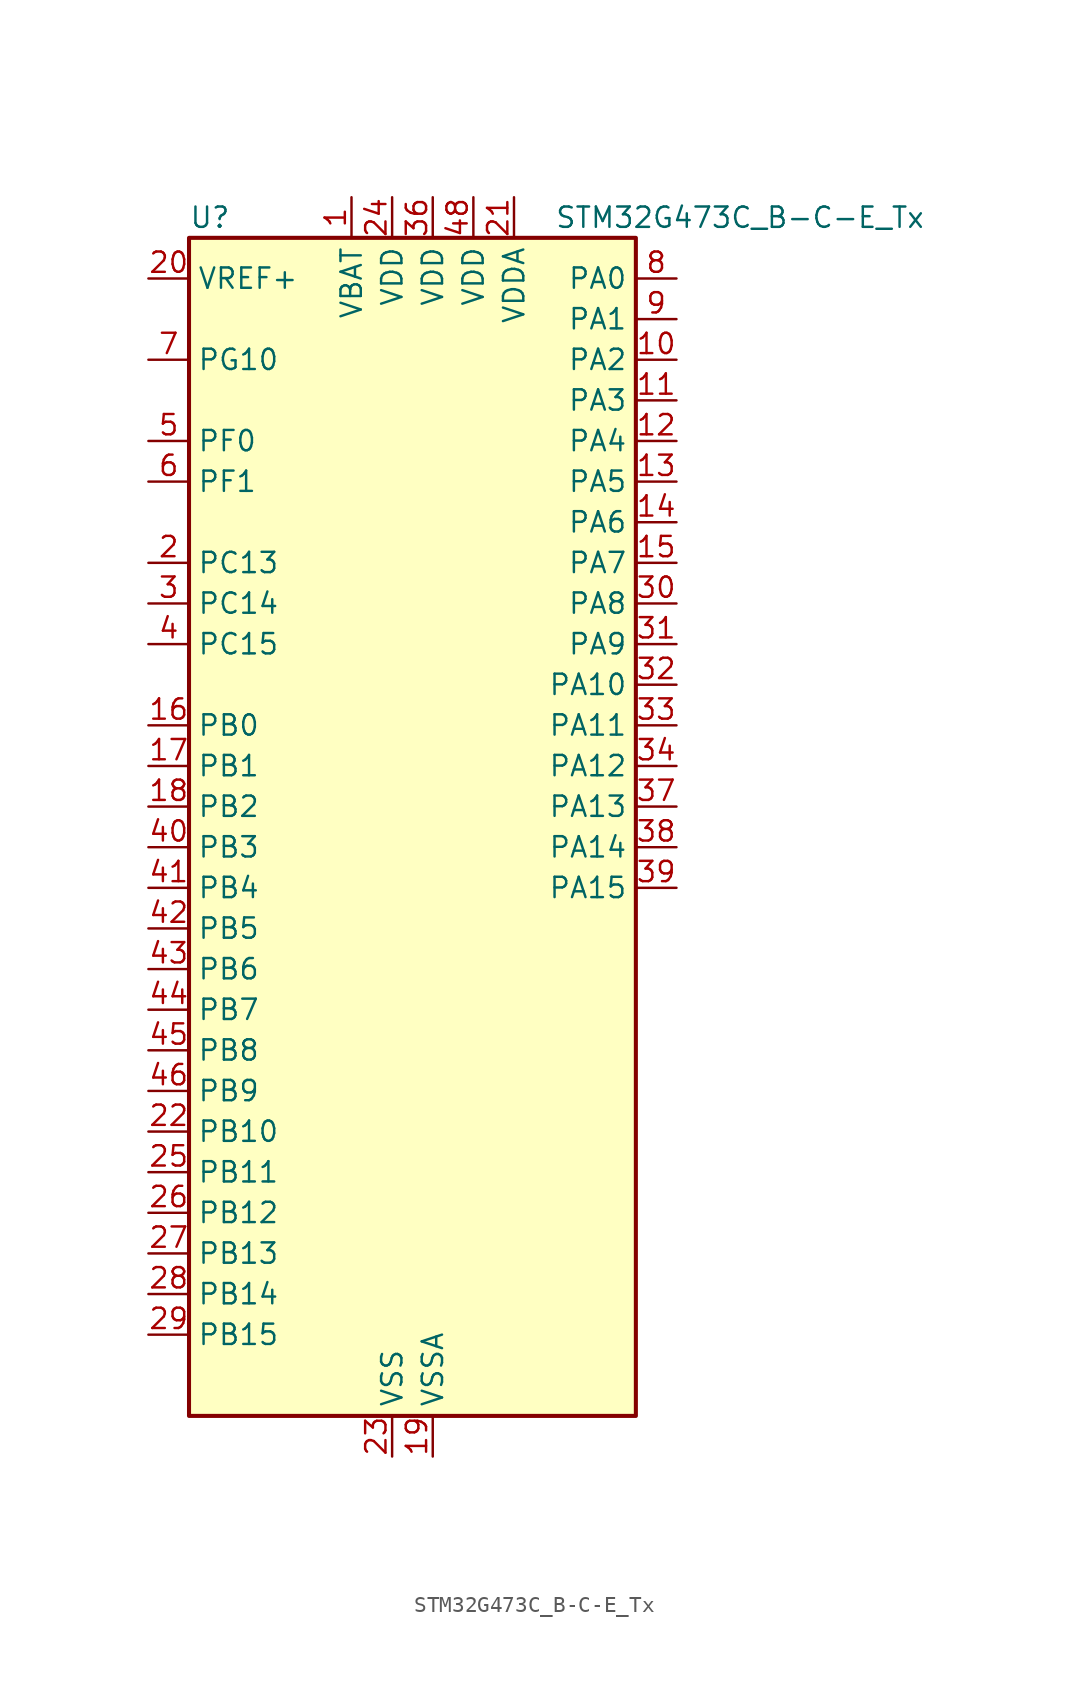
<source format=kicad_sym>
(kicad_symbol_lib
  (version 20231120)
  (generator "kicad_symbol_editor")
  (generator_version "8.0")
  (symbol "STM32G473C_B-C-E_Tx"
    (property "Reference" "U"
      (at -12.7 39.37 0)
      (effects (font (size 1.27 1.27)) (justify left)))
    (property "Value" "STM32G473C_B-C-E_Tx"
      (at 10.16 39.37 0)
      (effects (font (size 1.27 1.27)) (justify left)))
    (property "ki_locked" ""
      (at 0 0 0)
      (effects (font (size 1.27 1.27))))
    (symbol "STM32G473C_B-C-E_Tx_0_1"
      (rectangle (start -12.7 -35.56) (end 15.24 38.1) (stroke (width 0.254) (type default)) (fill (type background))))
    (symbol "STM32G473C_B-C-E_Tx_1_1"
      (pin power_in line (at -2.54 40.64 270) (length 2.54) (name "VBAT" (effects (font (size 1.27 1.27)))) (number "1" (effects (font (size 1.27 1.27)))))
      (pin bidirectional line (at 17.78 30.48 180) (length 2.54) (name "PA2" (effects (font (size 1.27 1.27)))) (number "10" (effects (font (size 1.27 1.27)))) (alternate "ADC1_IN3" bidirectional line) (alternate "ADC3_EXTI2" bidirectional line) (alternate "ADC4_EXTI2" bidirectional line) (alternate "ADC5_EXTI2" bidirectional line) (alternate "COMP2_INM" bidirectional line) (alternate "COMP2_OUT" bidirectional line) (alternate "LPUART1_TX" bidirectional line) (alternate "OPAMP1_VOUT" bidirectional line) (alternate "QUADSPI1_BK1_NCS" bidirectional line) (alternate "RCC_LSCO" bidirectional line) (alternate "SYS_WKUP4" bidirectional line) (alternate "TIM15_CH1" bidirectional line) (alternate "TIM2_CH3" bidirectional line) (alternate "TIM5_CH3" bidirectional line) (alternate "UCPD1_FRSTX1" bidirectional line) (alternate "UCPD1_FRSTX2" bidirectional line) (alternate "USART2_TX" bidirectional line))
      (pin bidirectional line (at 17.78 27.94 180) (length 2.54) (name "PA3" (effects (font (size 1.27 1.27)))) (number "11" (effects (font (size 1.27 1.27)))) (alternate "ADC1_IN4" bidirectional line) (alternate "ADC3_EXTI3" bidirectional line) (alternate "ADC4_EXTI3" bidirectional line) (alternate "ADC5_EXTI3" bidirectional line) (alternate "COMP2_INP" bidirectional line) (alternate "LPUART1_RX" bidirectional line) (alternate "OPAMP1_VINM" bidirectional line) (alternate "OPAMP1_VINM0" bidirectional line) (alternate "OPAMP1_VINM_SEC" bidirectional line) (alternate "OPAMP1_VINP" bidirectional line) (alternate "OPAMP1_VINP_SEC" bidirectional line) (alternate "OPAMP5_VINM" bidirectional line) (alternate "OPAMP5_VINM1" bidirectional line) (alternate "OPAMP5_VINM_SEC" bidirectional line) (alternate "QUADSPI1_CLK" bidirectional line) (alternate "SAI1_CK1" bidirectional line) (alternate "SAI1_MCLK_A" bidirectional line) (alternate "TIM15_CH2" bidirectional line) (alternate "TIM2_CH4" bidirectional line) (alternate "TIM5_CH4" bidirectional line) (alternate "USART2_RX" bidirectional line))
      (pin bidirectional line (at 17.78 25.4 180) (length 2.54) (name "PA4" (effects (font (size 1.27 1.27)))) (number "12" (effects (font (size 1.27 1.27)))) (alternate "ADC2_IN17" bidirectional line) (alternate "COMP1_INM" bidirectional line) (alternate "DAC1_OUT1" bidirectional line) (alternate "I2S3_WS" bidirectional line) (alternate "SAI1_FS_B" bidirectional line) (alternate "SPI1_NSS" bidirectional line) (alternate "SPI3_NSS" bidirectional line) (alternate "TIM3_CH2" bidirectional line) (alternate "USART2_CK" bidirectional line))
      (pin bidirectional line (at 17.78 22.86 180) (length 2.54) (name "PA5" (effects (font (size 1.27 1.27)))) (number "13" (effects (font (size 1.27 1.27)))) (alternate "ADC2_IN13" bidirectional line) (alternate "COMP2_INM" bidirectional line) (alternate "DAC1_OUT2" bidirectional line) (alternate "OPAMP2_VINM" bidirectional line) (alternate "OPAMP2_VINM0" bidirectional line) (alternate "OPAMP2_VINM_SEC" bidirectional line) (alternate "SPI1_SCK" bidirectional line) (alternate "TIM2_CH1" bidirectional line) (alternate "TIM2_ETR" bidirectional line) (alternate "UCPD1_FRSTX1" bidirectional line) (alternate "UCPD1_FRSTX2" bidirectional line))
      (pin bidirectional line (at 17.78 20.32 180) (length 2.54) (name "PA6" (effects (font (size 1.27 1.27)))) (number "14" (effects (font (size 1.27 1.27)))) (alternate "ADC2_IN3" bidirectional line) (alternate "COMP1_OUT" bidirectional line) (alternate "DAC2_OUT1" bidirectional line) (alternate "LPUART1_CTS" bidirectional line) (alternate "OPAMP2_VOUT" bidirectional line) (alternate "QUADSPI1_BK1_IO3" bidirectional line) (alternate "SPI1_MISO" bidirectional line) (alternate "TIM16_CH1" bidirectional line) (alternate "TIM1_BKIN" bidirectional line) (alternate "TIM3_CH1" bidirectional line) (alternate "TIM8_BKIN" bidirectional line))
      (pin bidirectional line (at 17.78 17.78 180) (length 2.54) (name "PA7" (effects (font (size 1.27 1.27)))) (number "15" (effects (font (size 1.27 1.27)))) (alternate "ADC2_IN4" bidirectional line) (alternate "COMP2_INP" bidirectional line) (alternate "COMP2_OUT" bidirectional line) (alternate "OPAMP1_VINP" bidirectional line) (alternate "OPAMP1_VINP_SEC" bidirectional line) (alternate "OPAMP2_VINP" bidirectional line) (alternate "OPAMP2_VINP_SEC" bidirectional line) (alternate "QUADSPI1_BK1_IO2" bidirectional line) (alternate "SPI1_MOSI" bidirectional line) (alternate "TIM17_CH1" bidirectional line) (alternate "TIM1_CH1N" bidirectional line) (alternate "TIM3_CH2" bidirectional line) (alternate "TIM8_CH1N" bidirectional line) (alternate "UCPD1_FRSTX1" bidirectional line) (alternate "UCPD1_FRSTX2" bidirectional line))
      (pin bidirectional line (at -15.24 7.62 0) (length 2.54) (name "PB0" (effects (font (size 1.27 1.27)))) (number "16" (effects (font (size 1.27 1.27)))) (alternate "ADC1_IN15" bidirectional line) (alternate "ADC3_IN12" bidirectional line) (alternate "COMP4_INP" bidirectional line) (alternate "OPAMP2_VINP" bidirectional line) (alternate "OPAMP2_VINP_SEC" bidirectional line) (alternate "OPAMP3_VINP" bidirectional line) (alternate "OPAMP3_VINP_SEC" bidirectional line) (alternate "QUADSPI1_BK1_IO1" bidirectional line) (alternate "TIM1_CH2N" bidirectional line) (alternate "TIM3_CH3" bidirectional line) (alternate "TIM8_CH2N" bidirectional line) (alternate "UCPD1_FRSTX1" bidirectional line) (alternate "UCPD1_FRSTX2" bidirectional line))
      (pin bidirectional line (at -15.24 5.08 0) (length 2.54) (name "PB1" (effects (font (size 1.27 1.27)))) (number "17" (effects (font (size 1.27 1.27)))) (alternate "ADC1_IN12" bidirectional line) (alternate "ADC3_IN1" bidirectional line) (alternate "COMP1_INP" bidirectional line) (alternate "COMP4_OUT" bidirectional line) (alternate "LPUART1_DE" bidirectional line) (alternate "LPUART1_RTS" bidirectional line) (alternate "OPAMP3_VOUT" bidirectional line) (alternate "OPAMP6_VINM" bidirectional line) (alternate "OPAMP6_VINM1" bidirectional line) (alternate "OPAMP6_VINM_SEC" bidirectional line) (alternate "QUADSPI1_BK1_IO0" bidirectional line) (alternate "TIM1_CH3N" bidirectional line) (alternate "TIM3_CH4" bidirectional line) (alternate "TIM8_CH3N" bidirectional line))
      (pin bidirectional line (at -15.24 2.54 0) (length 2.54) (name "PB2" (effects (font (size 1.27 1.27)))) (number "18" (effects (font (size 1.27 1.27)))) (alternate "ADC2_IN12" bidirectional line) (alternate "ADC3_EXTI2" bidirectional line) (alternate "ADC4_EXTI2" bidirectional line) (alternate "ADC5_EXTI2" bidirectional line) (alternate "COMP4_INM" bidirectional line) (alternate "I2C3_SMBA" bidirectional line) (alternate "LPTIM1_OUT" bidirectional line) (alternate "OPAMP3_VINM" bidirectional line) (alternate "OPAMP3_VINM0" bidirectional line) (alternate "OPAMP3_VINM_SEC" bidirectional line) (alternate "QUADSPI1_BK2_IO1" bidirectional line) (alternate "RTC_OUT2" bidirectional line) (alternate "TIM20_CH1" bidirectional line) (alternate "TIM5_CH1" bidirectional line))
      (pin power_in line (at 2.54 -38.1 90) (length 2.54) (name "VSSA" (effects (font (size 1.27 1.27)))) (number "19" (effects (font (size 1.27 1.27)))))
      (pin bidirectional line (at -15.24 17.78 0) (length 2.54) (name "PC13" (effects (font (size 1.27 1.27)))) (number "2" (effects (font (size 1.27 1.27)))) (alternate "RTC_OUT1" bidirectional line) (alternate "RTC_TAMP1" bidirectional line) (alternate "RTC_TS" bidirectional line) (alternate "SYS_WKUP2" bidirectional line) (alternate "TIM1_BKIN" bidirectional line) (alternate "TIM1_CH1N" bidirectional line) (alternate "TIM8_CH4N" bidirectional line))
      (pin input line (at -15.24 35.56 0) (length 2.54) (name "VREF+" (effects (font (size 1.27 1.27)))) (number "20" (effects (font (size 1.27 1.27)))) (alternate "VREFBUF_OUT" bidirectional line))
      (pin power_in line (at 7.62 40.64 270) (length 2.54) (name "VDDA" (effects (font (size 1.27 1.27)))) (number "21" (effects (font (size 1.27 1.27)))))
      (pin bidirectional line (at -15.24 -17.78 0) (length 2.54) (name "PB10" (effects (font (size 1.27 1.27)))) (number "22" (effects (font (size 1.27 1.27)))) (alternate "COMP5_INM" bidirectional line) (alternate "DAC1_EXTI10" bidirectional line) (alternate "DAC2_EXTI10" bidirectional line) (alternate "DAC3_EXTI10" bidirectional line) (alternate "DAC4_EXTI10" bidirectional line) (alternate "LPUART1_RX" bidirectional line) (alternate "OPAMP3_VINM" bidirectional line) (alternate "OPAMP3_VINM1" bidirectional line) (alternate "OPAMP3_VINM_SEC" bidirectional line) (alternate "OPAMP4_VINM" bidirectional line) (alternate "OPAMP4_VINM0" bidirectional line) (alternate "OPAMP4_VINM_SEC" bidirectional line) (alternate "QUADSPI1_CLK" bidirectional line) (alternate "SAI1_SCK_A" bidirectional line) (alternate "TIM1_BKIN" bidirectional line) (alternate "TIM2_CH3" bidirectional line) (alternate "USART3_TX" bidirectional line))
      (pin power_in line (at 0 -38.1 90) (length 2.54) (name "VSS" (effects (font (size 1.27 1.27)))) (number "23" (effects (font (size 1.27 1.27)))))
      (pin power_in line (at 0 40.64 270) (length 2.54) (name "VDD" (effects (font (size 1.27 1.27)))) (number "24" (effects (font (size 1.27 1.27)))))
      (pin bidirectional line (at -15.24 -20.32 0) (length 2.54) (name "PB11" (effects (font (size 1.27 1.27)))) (number "25" (effects (font (size 1.27 1.27)))) (alternate "ADC1_EXTI11" bidirectional line) (alternate "ADC1_IN14" bidirectional line) (alternate "ADC2_EXTI11" bidirectional line) (alternate "ADC2_IN14" bidirectional line) (alternate "COMP6_INP" bidirectional line) (alternate "LPUART1_TX" bidirectional line) (alternate "OPAMP4_VINP" bidirectional line) (alternate "OPAMP4_VINP_SEC" bidirectional line) (alternate "OPAMP6_VOUT" bidirectional line) (alternate "QUADSPI1_BK1_NCS" bidirectional line) (alternate "TIM2_CH4" bidirectional line) (alternate "USART3_RX" bidirectional line))
      (pin bidirectional line (at -15.24 -22.86 0) (length 2.54) (name "PB12" (effects (font (size 1.27 1.27)))) (number "26" (effects (font (size 1.27 1.27)))) (alternate "ADC1_IN11" bidirectional line) (alternate "ADC4_IN3" bidirectional line) (alternate "COMP7_INM" bidirectional line) (alternate "FDCAN2_RX" bidirectional line) (alternate "I2C2_SMBA" bidirectional line) (alternate "I2S2_WS" bidirectional line) (alternate "LPUART1_DE" bidirectional line) (alternate "LPUART1_RTS" bidirectional line) (alternate "OPAMP4_VOUT" bidirectional line) (alternate "OPAMP6_VINP" bidirectional line) (alternate "OPAMP6_VINP_SEC" bidirectional line) (alternate "SPI2_NSS" bidirectional line) (alternate "TIM1_BKIN" bidirectional line) (alternate "TIM5_ETR" bidirectional line) (alternate "USART3_CK" bidirectional line))
      (pin bidirectional line (at -15.24 -25.4 0) (length 2.54) (name "PB13" (effects (font (size 1.27 1.27)))) (number "27" (effects (font (size 1.27 1.27)))) (alternate "ADC3_IN5" bidirectional line) (alternate "COMP5_INP" bidirectional line) (alternate "FDCAN2_TX" bidirectional line) (alternate "I2S2_CK" bidirectional line) (alternate "LPUART1_CTS" bidirectional line) (alternate "OPAMP3_VINP" bidirectional line) (alternate "OPAMP3_VINP_SEC" bidirectional line) (alternate "OPAMP4_VINP" bidirectional line) (alternate "OPAMP4_VINP_SEC" bidirectional line) (alternate "OPAMP6_VINP" bidirectional line) (alternate "OPAMP6_VINP_SEC" bidirectional line) (alternate "SPI2_SCK" bidirectional line) (alternate "TIM1_CH1N" bidirectional line) (alternate "USART3_CTS" bidirectional line) (alternate "USART3_NSS" bidirectional line))
      (pin bidirectional line (at -15.24 -27.94 0) (length 2.54) (name "PB14" (effects (font (size 1.27 1.27)))) (number "28" (effects (font (size 1.27 1.27)))) (alternate "ADC1_IN5" bidirectional line) (alternate "ADC4_IN4" bidirectional line) (alternate "COMP4_OUT" bidirectional line) (alternate "COMP7_INP" bidirectional line) (alternate "OPAMP2_VINP" bidirectional line) (alternate "OPAMP2_VINP_SEC" bidirectional line) (alternate "OPAMP5_VINP" bidirectional line) (alternate "OPAMP5_VINP_SEC" bidirectional line) (alternate "SPI2_MISO" bidirectional line) (alternate "TIM15_CH1" bidirectional line) (alternate "TIM1_CH2N" bidirectional line) (alternate "USART3_DE" bidirectional line) (alternate "USART3_RTS" bidirectional line))
      (pin bidirectional line (at -15.24 -30.48 0) (length 2.54) (name "PB15" (effects (font (size 1.27 1.27)))) (number "29" (effects (font (size 1.27 1.27)))) (alternate "ADC1_EXTI15" bidirectional line) (alternate "ADC2_EXTI15" bidirectional line) (alternate "ADC2_IN15" bidirectional line) (alternate "ADC4_IN5" bidirectional line) (alternate "COMP3_OUT" bidirectional line) (alternate "COMP6_INM" bidirectional line) (alternate "I2S2_SD" bidirectional line) (alternate "OPAMP5_VINM" bidirectional line) (alternate "OPAMP5_VINM0" bidirectional line) (alternate "OPAMP5_VINM_SEC" bidirectional line) (alternate "RTC_REFIN" bidirectional line) (alternate "SPI2_MOSI" bidirectional line) (alternate "TIM15_CH1N" bidirectional line) (alternate "TIM15_CH2" bidirectional line) (alternate "TIM1_CH3N" bidirectional line))
      (pin bidirectional line (at -15.24 15.24 0) (length 2.54) (name "PC14" (effects (font (size 1.27 1.27)))) (number "3" (effects (font (size 1.27 1.27)))) (alternate "RCC_OSC32_IN" bidirectional line))
      (pin bidirectional line (at 17.78 15.24 180) (length 2.54) (name "PA8" (effects (font (size 1.27 1.27)))) (number "30" (effects (font (size 1.27 1.27)))) (alternate "ADC5_IN1" bidirectional line) (alternate "COMP7_OUT" bidirectional line) (alternate "FDCAN3_RX" bidirectional line) (alternate "I2C2_SDA" bidirectional line) (alternate "I2C3_SCL" bidirectional line) (alternate "I2S2_MCK" bidirectional line) (alternate "OPAMP5_VOUT" bidirectional line) (alternate "RCC_MCO" bidirectional line) (alternate "SAI1_CK2" bidirectional line) (alternate "SAI1_SCK_A" bidirectional line) (alternate "TIM1_CH1" bidirectional line) (alternate "TIM4_ETR" bidirectional line) (alternate "USART1_CK" bidirectional line))
      (pin bidirectional line (at 17.78 12.7 180) (length 2.54) (name "PA9" (effects (font (size 1.27 1.27)))) (number "31" (effects (font (size 1.27 1.27)))) (alternate "ADC5_IN2" bidirectional line) (alternate "COMP5_OUT" bidirectional line) (alternate "DAC1_EXTI9" bidirectional line) (alternate "DAC2_EXTI9" bidirectional line) (alternate "DAC3_EXTI9" bidirectional line) (alternate "DAC4_EXTI9" bidirectional line) (alternate "I2C2_SCL" bidirectional line) (alternate "I2C3_SMBA" bidirectional line) (alternate "I2S3_MCK" bidirectional line) (alternate "SAI1_FS_A" bidirectional line) (alternate "TIM15_BKIN" bidirectional line) (alternate "TIM1_CH2" bidirectional line) (alternate "TIM2_CH3" bidirectional line) (alternate "UCPD1_DBCC1" bidirectional line) (alternate "USART1_TX" bidirectional line))
      (pin bidirectional line (at 17.78 10.16 180) (length 2.54) (name "PA10" (effects (font (size 1.27 1.27)))) (number "32" (effects (font (size 1.27 1.27)))) (alternate "COMP6_OUT" bidirectional line) (alternate "CRS_SYNC" bidirectional line) (alternate "DAC1_EXTI10" bidirectional line) (alternate "DAC2_EXTI10" bidirectional line) (alternate "DAC3_EXTI10" bidirectional line) (alternate "DAC4_EXTI10" bidirectional line) (alternate "I2C2_SMBA" bidirectional line) (alternate "SAI1_D1" bidirectional line) (alternate "SAI1_SD_A" bidirectional line) (alternate "SPI2_MISO" bidirectional line) (alternate "TIM17_BKIN" bidirectional line) (alternate "TIM1_CH3" bidirectional line) (alternate "TIM2_CH4" bidirectional line) (alternate "TIM8_BKIN" bidirectional line) (alternate "UCPD1_DBCC2" bidirectional line) (alternate "USART1_RX" bidirectional line))
      (pin bidirectional line (at 17.78 7.62 180) (length 2.54) (name "PA11" (effects (font (size 1.27 1.27)))) (number "33" (effects (font (size 1.27 1.27)))) (alternate "ADC1_EXTI11" bidirectional line) (alternate "ADC2_EXTI11" bidirectional line) (alternate "COMP1_OUT" bidirectional line) (alternate "FDCAN1_RX" bidirectional line) (alternate "I2S2_SD" bidirectional line) (alternate "SPI2_MOSI" bidirectional line) (alternate "TIM1_BKIN2" bidirectional line) (alternate "TIM1_CH1N" bidirectional line) (alternate "TIM1_CH4" bidirectional line) (alternate "TIM4_CH1" bidirectional line) (alternate "USART1_CTS" bidirectional line) (alternate "USART1_NSS" bidirectional line) (alternate "USB_DM" bidirectional line))
      (pin bidirectional line (at 17.78 5.08 180) (length 2.54) (name "PA12" (effects (font (size 1.27 1.27)))) (number "34" (effects (font (size 1.27 1.27)))) (alternate "COMP2_OUT" bidirectional line) (alternate "FDCAN1_TX" bidirectional line) (alternate "I2S_CKIN" bidirectional line) (alternate "TIM16_CH1" bidirectional line) (alternate "TIM1_CH2N" bidirectional line) (alternate "TIM1_ETR" bidirectional line) (alternate "TIM4_CH2" bidirectional line) (alternate "USART1_DE" bidirectional line) (alternate "USART1_RTS" bidirectional line) (alternate "USB_DP" bidirectional line))
      (pin passive line (at 0 -38.1 90) (length 2.54) hide (name "VSS" (effects (font (size 1.27 1.27)))) (number "35" (effects (font (size 1.27 1.27)))))
      (pin power_in line (at 2.54 40.64 270) (length 2.54) (name "VDD" (effects (font (size 1.27 1.27)))) (number "36" (effects (font (size 1.27 1.27)))))
      (pin bidirectional line (at 17.78 2.54 180) (length 2.54) (name "PA13" (effects (font (size 1.27 1.27)))) (number "37" (effects (font (size 1.27 1.27)))) (alternate "I2C1_SCL" bidirectional line) (alternate "I2C4_SCL" bidirectional line) (alternate "IR_OUT" bidirectional line) (alternate "SAI1_SD_B" bidirectional line) (alternate "SYS_JTMS-SWDIO" bidirectional line) (alternate "TIM16_CH1N" bidirectional line) (alternate "TIM4_CH3" bidirectional line) (alternate "USART3_CTS" bidirectional line) (alternate "USART3_NSS" bidirectional line))
      (pin bidirectional line (at 17.78 0 180) (length 2.54) (name "PA14" (effects (font (size 1.27 1.27)))) (number "38" (effects (font (size 1.27 1.27)))) (alternate "I2C1_SDA" bidirectional line) (alternate "I2C4_SMBA" bidirectional line) (alternate "LPTIM1_OUT" bidirectional line) (alternate "SAI1_FS_B" bidirectional line) (alternate "SYS_JTCK-SWCLK" bidirectional line) (alternate "TIM1_BKIN" bidirectional line) (alternate "TIM8_CH2" bidirectional line) (alternate "USART2_TX" bidirectional line))
      (pin bidirectional line (at 17.78 -2.54 180) (length 2.54) (name "PA15" (effects (font (size 1.27 1.27)))) (number "39" (effects (font (size 1.27 1.27)))) (alternate "ADC1_EXTI15" bidirectional line) (alternate "ADC2_EXTI15" bidirectional line) (alternate "FDCAN3_TX" bidirectional line) (alternate "I2C1_SCL" bidirectional line) (alternate "I2S3_WS" bidirectional line) (alternate "SPI1_NSS" bidirectional line) (alternate "SPI3_NSS" bidirectional line) (alternate "SYS_JTDI" bidirectional line) (alternate "TIM1_BKIN" bidirectional line) (alternate "TIM2_CH1" bidirectional line) (alternate "TIM2_ETR" bidirectional line) (alternate "TIM8_CH1" bidirectional line) (alternate "USART2_RX" bidirectional line))
      (pin bidirectional line (at -15.24 12.7 0) (length 2.54) (name "PC15" (effects (font (size 1.27 1.27)))) (number "4" (effects (font (size 1.27 1.27)))) (alternate "ADC1_EXTI15" bidirectional line) (alternate "ADC2_EXTI15" bidirectional line) (alternate "RCC_OSC32_OUT" bidirectional line))
      (pin bidirectional line (at -15.24 0 0) (length 2.54) (name "PB3" (effects (font (size 1.27 1.27)))) (number "40" (effects (font (size 1.27 1.27)))) (alternate "ADC3_EXTI3" bidirectional line) (alternate "ADC4_EXTI3" bidirectional line) (alternate "ADC5_EXTI3" bidirectional line) (alternate "CRS_SYNC" bidirectional line) (alternate "FDCAN3_RX" bidirectional line) (alternate "I2S3_CK" bidirectional line) (alternate "SAI1_SCK_B" bidirectional line) (alternate "SPI1_SCK" bidirectional line) (alternate "SPI3_SCK" bidirectional line) (alternate "SYS_JTDO-SWO" bidirectional line) (alternate "TIM2_CH2" bidirectional line) (alternate "TIM3_ETR" bidirectional line) (alternate "TIM4_ETR" bidirectional line) (alternate "TIM8_CH1N" bidirectional line) (alternate "USART2_TX" bidirectional line))
      (pin bidirectional line (at -15.24 -2.54 0) (length 2.54) (name "PB4" (effects (font (size 1.27 1.27)))) (number "41" (effects (font (size 1.27 1.27)))) (alternate "FDCAN3_TX" bidirectional line) (alternate "SAI1_MCLK_B" bidirectional line) (alternate "SPI1_MISO" bidirectional line) (alternate "SPI3_MISO" bidirectional line) (alternate "SYS_JTRST" bidirectional line) (alternate "TIM16_CH1" bidirectional line) (alternate "TIM17_BKIN" bidirectional line) (alternate "TIM3_CH1" bidirectional line) (alternate "TIM8_CH2N" bidirectional line) (alternate "UCPD1_CC2" bidirectional line) (alternate "USART2_RX" bidirectional line))
      (pin bidirectional line (at -15.24 -5.08 0) (length 2.54) (name "PB5" (effects (font (size 1.27 1.27)))) (number "42" (effects (font (size 1.27 1.27)))) (alternate "FDCAN2_RX" bidirectional line) (alternate "I2C1_SMBA" bidirectional line) (alternate "I2C3_SDA" bidirectional line) (alternate "I2S3_SD" bidirectional line) (alternate "LPTIM1_IN1" bidirectional line) (alternate "SAI1_SD_B" bidirectional line) (alternate "SPI1_MOSI" bidirectional line) (alternate "SPI3_MOSI" bidirectional line) (alternate "TIM16_BKIN" bidirectional line) (alternate "TIM17_CH1" bidirectional line) (alternate "TIM3_CH2" bidirectional line) (alternate "TIM8_CH3N" bidirectional line) (alternate "USART2_CK" bidirectional line))
      (pin bidirectional line (at -15.24 -7.62 0) (length 2.54) (name "PB6" (effects (font (size 1.27 1.27)))) (number "43" (effects (font (size 1.27 1.27)))) (alternate "COMP4_OUT" bidirectional line) (alternate "FDCAN2_TX" bidirectional line) (alternate "LPTIM1_ETR" bidirectional line) (alternate "SAI1_FS_B" bidirectional line) (alternate "TIM16_CH1N" bidirectional line) (alternate "TIM4_CH1" bidirectional line) (alternate "TIM8_BKIN2" bidirectional line) (alternate "TIM8_CH1" bidirectional line) (alternate "TIM8_ETR" bidirectional line) (alternate "UCPD1_CC1" bidirectional line) (alternate "USART1_TX" bidirectional line))
      (pin bidirectional line (at -15.24 -10.16 0) (length 2.54) (name "PB7" (effects (font (size 1.27 1.27)))) (number "44" (effects (font (size 1.27 1.27)))) (alternate "COMP3_OUT" bidirectional line) (alternate "I2C1_SDA" bidirectional line) (alternate "I2C4_SDA" bidirectional line) (alternate "LPTIM1_IN2" bidirectional line) (alternate "SYS_PVD_IN" bidirectional line) (alternate "TIM17_CH1N" bidirectional line) (alternate "TIM3_CH4" bidirectional line) (alternate "TIM4_CH2" bidirectional line) (alternate "TIM8_BKIN" bidirectional line) (alternate "USART1_RX" bidirectional line))
      (pin bidirectional line (at -15.24 -12.7 0) (length 2.54) (name "PB8" (effects (font (size 1.27 1.27)))) (number "45" (effects (font (size 1.27 1.27)))) (alternate "COMP1_OUT" bidirectional line) (alternate "FDCAN1_RX" bidirectional line) (alternate "I2C1_SCL" bidirectional line) (alternate "SAI1_CK1" bidirectional line) (alternate "SAI1_MCLK_A" bidirectional line) (alternate "TIM16_CH1" bidirectional line) (alternate "TIM1_BKIN" bidirectional line) (alternate "TIM4_CH3" bidirectional line) (alternate "TIM8_CH2" bidirectional line) (alternate "USART3_RX" bidirectional line))
      (pin bidirectional line (at -15.24 -15.24 0) (length 2.54) (name "PB9" (effects (font (size 1.27 1.27)))) (number "46" (effects (font (size 1.27 1.27)))) (alternate "COMP2_OUT" bidirectional line) (alternate "DAC1_EXTI9" bidirectional line) (alternate "DAC2_EXTI9" bidirectional line) (alternate "DAC3_EXTI9" bidirectional line) (alternate "DAC4_EXTI9" bidirectional line) (alternate "FDCAN1_TX" bidirectional line) (alternate "I2C1_SDA" bidirectional line) (alternate "IR_OUT" bidirectional line) (alternate "SAI1_D2" bidirectional line) (alternate "SAI1_FS_A" bidirectional line) (alternate "TIM17_CH1" bidirectional line) (alternate "TIM1_CH3N" bidirectional line) (alternate "TIM4_CH4" bidirectional line) (alternate "TIM8_CH3" bidirectional line) (alternate "USART3_TX" bidirectional line))
      (pin passive line (at 0 -38.1 90) (length 2.54) hide (name "VSS" (effects (font (size 1.27 1.27)))) (number "47" (effects (font (size 1.27 1.27)))))
      (pin power_in line (at 5.08 40.64 270) (length 2.54) (name "VDD" (effects (font (size 1.27 1.27)))) (number "48" (effects (font (size 1.27 1.27)))))
      (pin bidirectional line (at -15.24 25.4 0) (length 2.54) (name "PF0" (effects (font (size 1.27 1.27)))) (number "5" (effects (font (size 1.27 1.27)))) (alternate "ADC1_IN10" bidirectional line) (alternate "I2C2_SDA" bidirectional line) (alternate "I2S2_WS" bidirectional line) (alternate "RCC_OSC_IN" bidirectional line) (alternate "SPI2_NSS" bidirectional line) (alternate "TIM1_CH3N" bidirectional line))
      (pin bidirectional line (at -15.24 22.86 0) (length 2.54) (name "PF1" (effects (font (size 1.27 1.27)))) (number "6" (effects (font (size 1.27 1.27)))) (alternate "ADC2_IN10" bidirectional line) (alternate "COMP3_INM" bidirectional line) (alternate "I2S2_CK" bidirectional line) (alternate "RCC_OSC_OUT" bidirectional line) (alternate "SPI2_SCK" bidirectional line))
      (pin bidirectional line (at -15.24 30.48 0) (length 2.54) (name "PG10" (effects (font (size 1.27 1.27)))) (number "7" (effects (font (size 1.27 1.27)))) (alternate "DAC1_EXTI10" bidirectional line) (alternate "DAC2_EXTI10" bidirectional line) (alternate "DAC3_EXTI10" bidirectional line) (alternate "DAC4_EXTI10" bidirectional line) (alternate "RCC_MCO" bidirectional line))
      (pin bidirectional line (at 17.78 35.56 180) (length 2.54) (name "PA0" (effects (font (size 1.27 1.27)))) (number "8" (effects (font (size 1.27 1.27)))) (alternate "ADC1_IN1" bidirectional line) (alternate "ADC2_IN1" bidirectional line) (alternate "COMP1_INM" bidirectional line) (alternate "COMP1_OUT" bidirectional line) (alternate "COMP3_INP" bidirectional line) (alternate "RTC_TAMP2" bidirectional line) (alternate "SYS_WKUP1" bidirectional line) (alternate "TIM2_CH1" bidirectional line) (alternate "TIM2_ETR" bidirectional line) (alternate "TIM5_CH1" bidirectional line) (alternate "TIM8_BKIN" bidirectional line) (alternate "TIM8_ETR" bidirectional line) (alternate "USART2_CTS" bidirectional line) (alternate "USART2_NSS" bidirectional line))
      (pin bidirectional line (at 17.78 33.02 180) (length 2.54) (name "PA1" (effects (font (size 1.27 1.27)))) (number "9" (effects (font (size 1.27 1.27)))) (alternate "ADC1_IN2" bidirectional line) (alternate "ADC2_IN2" bidirectional line) (alternate "COMP1_INP" bidirectional line) (alternate "OPAMP1_VINP" bidirectional line) (alternate "OPAMP1_VINP_SEC" bidirectional line) (alternate "OPAMP3_VINP" bidirectional line) (alternate "OPAMP3_VINP_SEC" bidirectional line) (alternate "OPAMP6_VINM" bidirectional line) (alternate "OPAMP6_VINM0" bidirectional line) (alternate "OPAMP6_VINM_SEC" bidirectional line) (alternate "RTC_REFIN" bidirectional line) (alternate "TIM15_CH1N" bidirectional line) (alternate "TIM2_CH2" bidirectional line) (alternate "TIM5_CH2" bidirectional line) (alternate "USART2_DE" bidirectional line) (alternate "USART2_RTS" bidirectional line)))))
</source>
